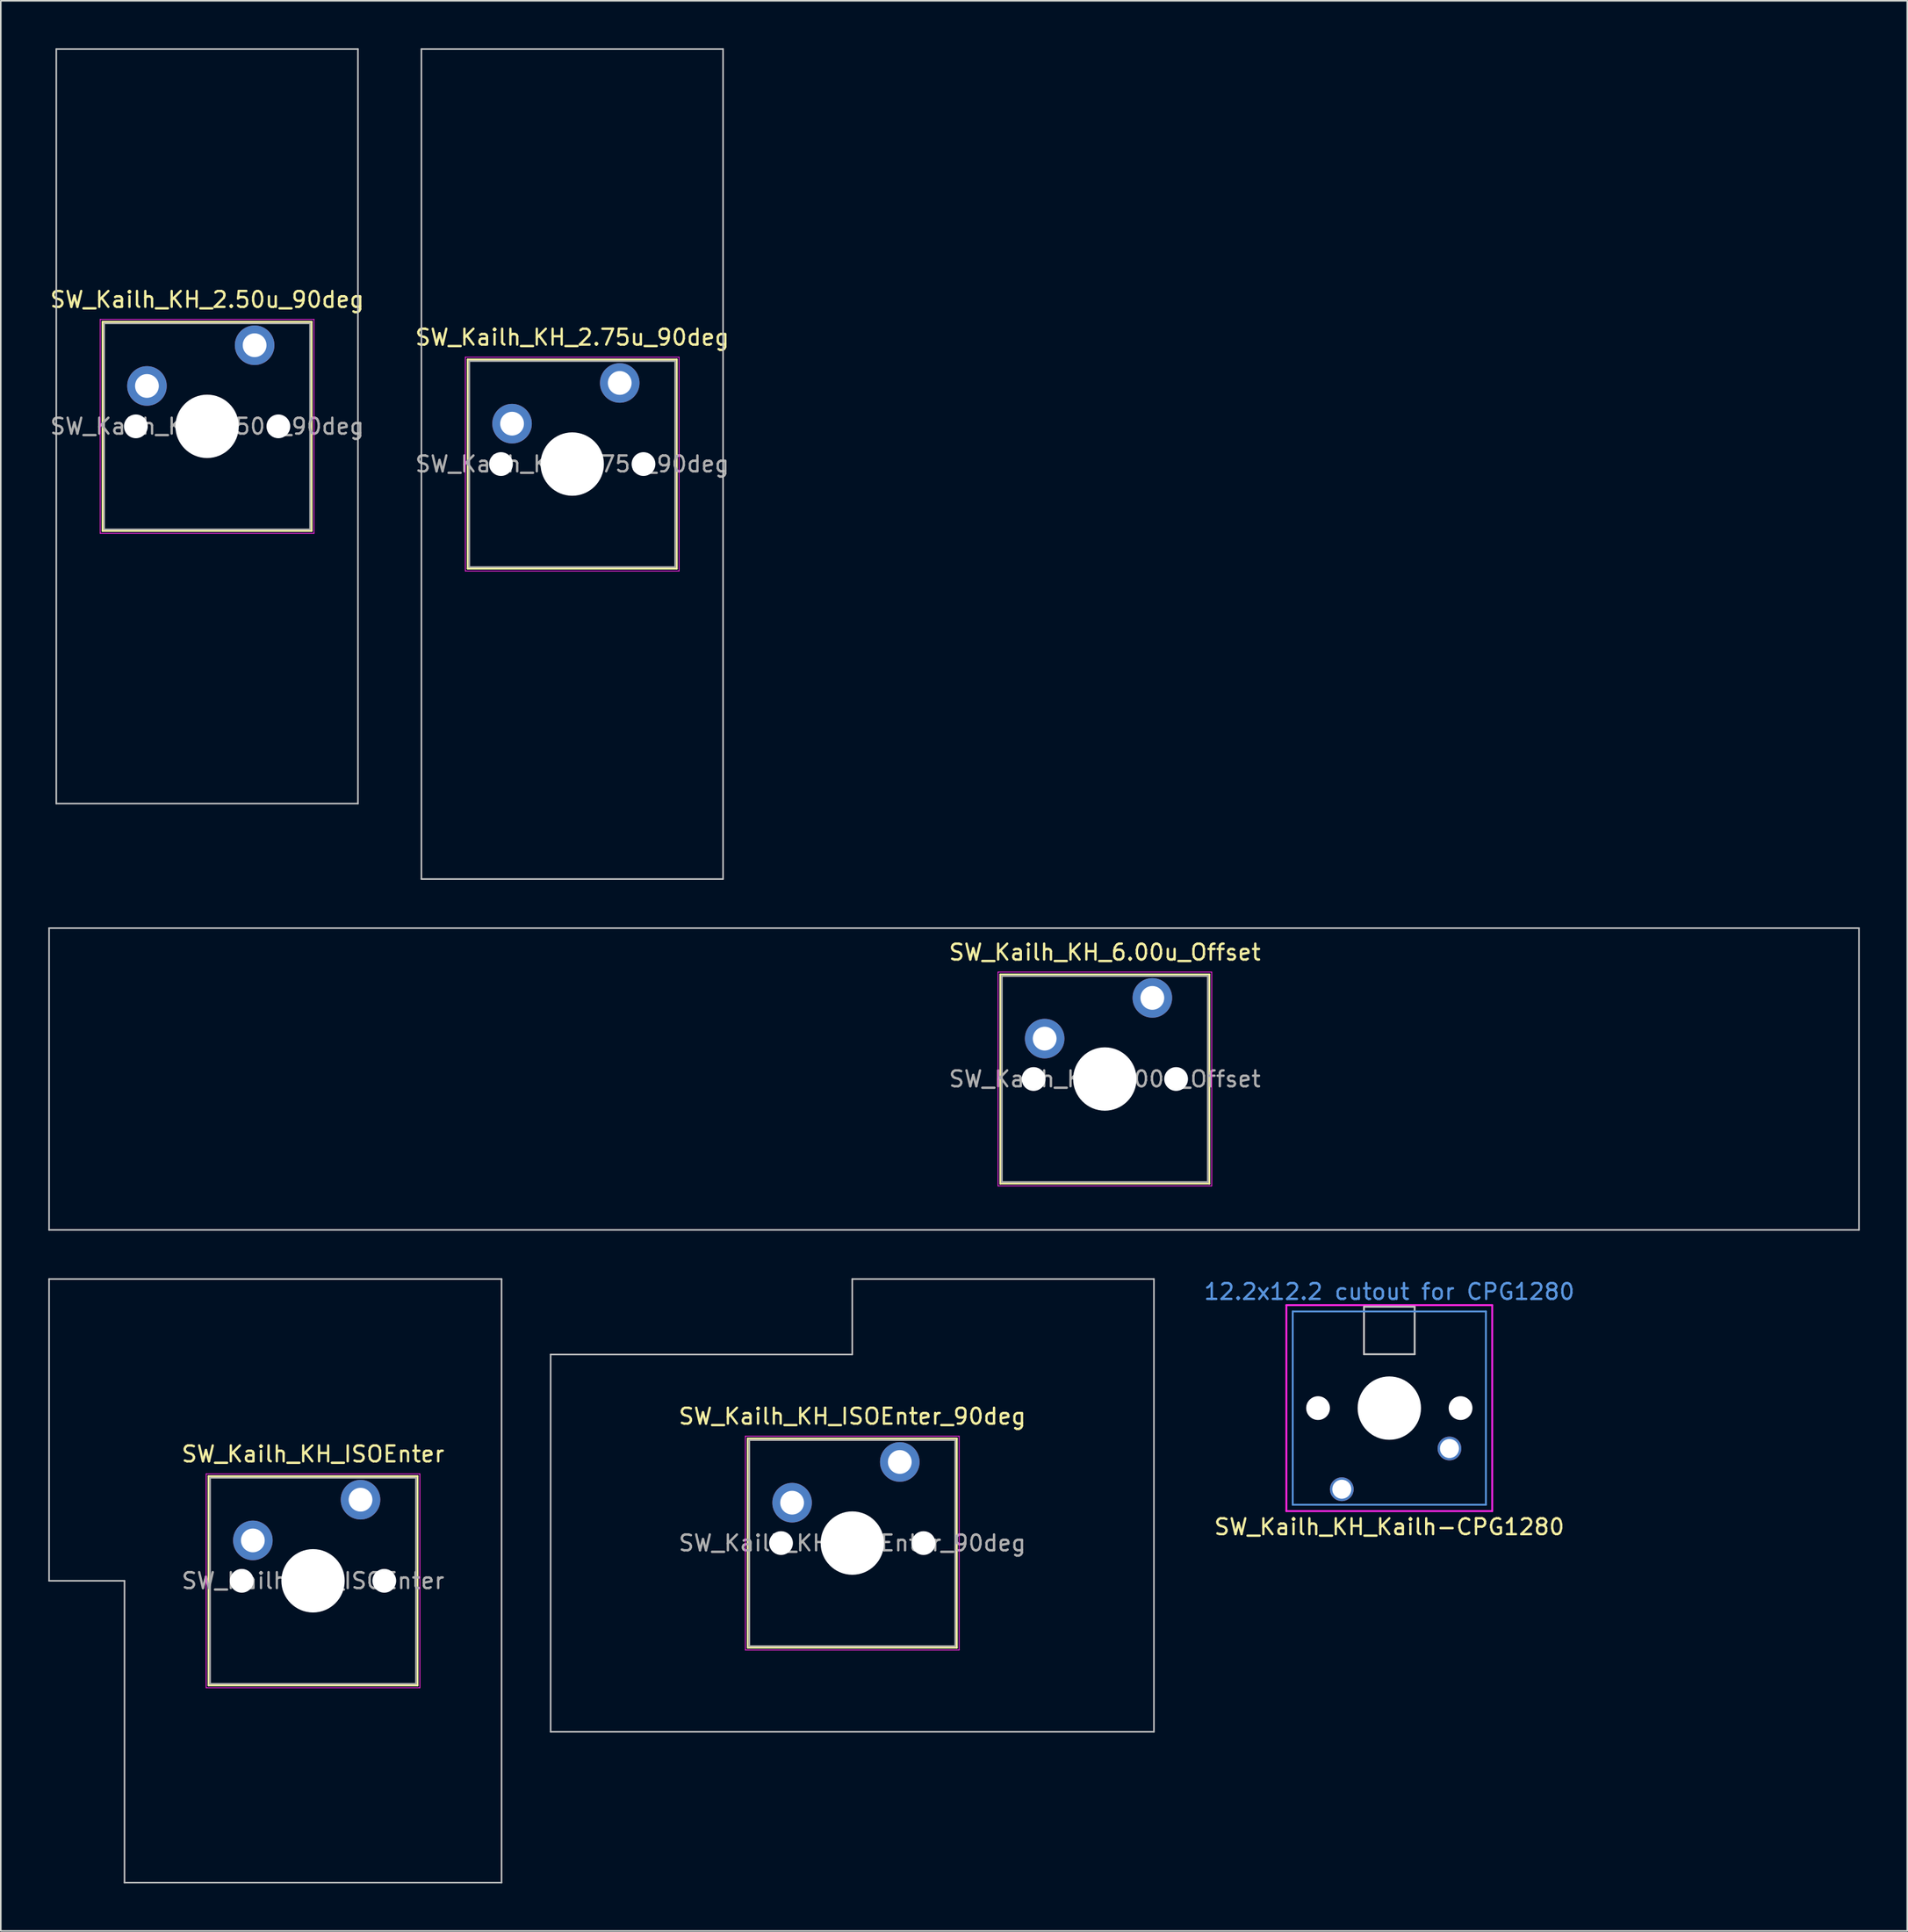
<source format=kicad_pcb>
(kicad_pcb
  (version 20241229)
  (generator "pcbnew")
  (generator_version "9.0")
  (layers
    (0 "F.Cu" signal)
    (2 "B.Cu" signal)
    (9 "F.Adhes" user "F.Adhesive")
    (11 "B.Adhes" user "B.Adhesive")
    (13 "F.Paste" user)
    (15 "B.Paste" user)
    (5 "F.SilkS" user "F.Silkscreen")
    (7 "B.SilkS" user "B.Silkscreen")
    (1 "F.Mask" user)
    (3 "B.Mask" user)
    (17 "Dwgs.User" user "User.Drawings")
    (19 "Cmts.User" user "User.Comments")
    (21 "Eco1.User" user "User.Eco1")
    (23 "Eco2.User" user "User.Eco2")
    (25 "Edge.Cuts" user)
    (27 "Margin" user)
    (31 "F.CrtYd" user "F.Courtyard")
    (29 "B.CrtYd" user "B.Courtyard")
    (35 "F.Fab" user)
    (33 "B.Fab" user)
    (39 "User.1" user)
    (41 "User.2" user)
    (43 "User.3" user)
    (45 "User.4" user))
  (footprint "SW_Kailh_KH_Kailh-CPG1280"
    (layer "F.Cu")
    (at 84.69 85.836)
    (property "Reference" "SW_Kailh_KH_Kailh-CPG1280" (at 0 7.5 0) (layer "F.SilkS") (effects (font (size 1 1) (thickness 0.15))))
    (attr smd)
    (fp_line (start -1.6 -6.4) (end 1.6 -6.4) (stroke (width 0.12) (type solid)) (layer "Dwgs.User"))
    (fp_line (start -1.6 -3.4) (end -1.6 -6.4) (stroke (width 0.12) (type solid)) (layer "Dwgs.User"))
    (fp_line (start -1.6 -3.4) (end 1.6 -3.4) (stroke (width 0.12) (type solid)) (layer "Dwgs.User"))
    (fp_line (start 1.6 -6.39) (end 1.6 -3.4) (stroke (width 0.12) (type solid)) (layer "Dwgs.User"))
    (fp_line (start -6.1 -6.1) (end 6.1 -6.1) (stroke (width 0.12) (type solid)) (layer "Cmts.User"))
    (fp_line (start -6.1 6.1) (end -6.1 -6.1) (stroke (width 0.12) (type solid)) (layer "Cmts.User"))
    (fp_line (start 6.1 -6.1) (end 6.1 6.1) (stroke (width 0.12) (type solid)) (layer "Cmts.User"))
    (fp_line (start 6.1 6.1) (end -6.1 6.1) (stroke (width 0.12) (type solid)) (layer "Cmts.User"))
    (fp_line (start -6.5 -6.5) (end -6.5 6.5) (stroke (width 0.12) (type solid)) (layer "F.CrtYd"))
    (fp_line (start -6.5 6.5) (end 6.5 6.5) (stroke (width 0.12) (type solid)) (layer "F.CrtYd"))
    (fp_line (start 6.5 -6.5) (end -6.5 -6.5) (stroke (width 0.12) (type solid)) (layer "F.CrtYd"))
    (fp_line (start 6.5 6.5) (end 6.5 -6.5) (stroke (width 0.12) (type solid)) (layer "F.CrtYd"))
    (fp_text user "12.2x12.2 cutout for CPG1280" (at 0 -7.35 0) (layer "Cmts.User") (effects (font (size 1 1) (thickness 0.15))))
    (pad "" np_thru_hole circle (at -4.5 0) (size 1.5 1.5) (drill 1.5) (layers "*.Cu" "*.Mask"))
    (pad "" np_thru_hole circle (at 0 0) (size 4 4) (drill 4) (layers "*.Cu" "*.Mask"))
    (pad "" np_thru_hole circle (at 4.5 0) (size 1.5 1.5) (drill 1.5) (layers "*.Cu" "*.Mask"))
    (pad "1" thru_hole circle (at 3.8 2.55 180) (size 1.5 1.5) (drill 1.2) (layers "*.Cu" "*.Mask"))
    (pad "2" thru_hole circle (at -3 5.12 180) (size 1.5 1.5) (drill 1.2) (layers "*.Cu" "*.Mask")))
  (footprint "SW_Kailh_KH_2.50u_90deg"
    (layer "F.Cu")
    (at 10.03 23.863)
    (property "Reference" "SW_Kailh_KH_2.50u_90deg" (at 0 -8 0) (layer "F.SilkS") (effects (font (size 1 1) (thickness 0.15))))
    (attr through_hole)
    (fp_line (start -6.6 -6.6) (end -6.6 6.6) (stroke (width 0.12) (type solid)) (layer "F.SilkS"))
    (fp_line (start -6.6 6.6) (end 6.6 6.6) (stroke (width 0.12) (type solid)) (layer "F.SilkS"))
    (fp_line (start 6.6 -6.6) (end -6.6 -6.6) (stroke (width 0.12) (type solid)) (layer "F.SilkS"))
    (fp_line (start 6.6 6.6) (end 6.6 -6.6) (stroke (width 0.12) (type solid)) (layer "F.SilkS"))
    (fp_line (start -9.525 -23.812) (end 9.525 -23.812) (stroke (width 0.1) (type solid)) (layer "Dwgs.User"))
    (fp_line (start -9.525 23.812) (end -9.525 -23.812) (stroke (width 0.1) (type solid)) (layer "Dwgs.User"))
    (fp_line (start 9.525 -23.812) (end 9.525 23.812) (stroke (width 0.1) (type solid)) (layer "Dwgs.User"))
    (fp_line (start 9.525 23.812) (end -9.525 23.812) (stroke (width 0.1) (type solid)) (layer "Dwgs.User"))
    (fp_line (start -6.1 -6.1) (end -6.1 6.1) (stroke (width 0.1) (type solid)) (layer "Eco1.User"))
    (fp_line (start -6.1 6.1) (end 6.1 6.1) (stroke (width 0.1) (type solid)) (layer "Eco1.User"))
    (fp_line (start 6.1 -6.1) (end -6.1 -6.1) (stroke (width 0.1) (type solid)) (layer "Eco1.User"))
    (fp_line (start 6.1 6.1) (end 6.1 -6.1) (stroke (width 0.1) (type solid)) (layer "Eco1.User"))
    (fp_line (start -6.75 -6.75) (end -6.75 6.75) (stroke (width 0.05) (type solid)) (layer "F.CrtYd"))
    (fp_line (start -6.75 6.75) (end 6.75 6.75) (stroke (width 0.05) (type solid)) (layer "F.CrtYd"))
    (fp_line (start 6.75 -6.75) (end -6.75 -6.75) (stroke (width 0.05) (type solid)) (layer "F.CrtYd"))
    (fp_line (start 6.75 6.75) (end 6.75 -6.75) (stroke (width 0.05) (type solid)) (layer "F.CrtYd"))
    (fp_line (start -6.5 -6.5) (end -6.5 6.5) (stroke (width 0.1) (type solid)) (layer "F.Fab"))
    (fp_line (start -6.5 6.5) (end 6.5 6.5) (stroke (width 0.1) (type solid)) (layer "F.Fab"))
    (fp_line (start 6.5 -6.5) (end -6.5 -6.5) (stroke (width 0.1) (type solid)) (layer "F.Fab"))
    (fp_line (start 6.5 6.5) (end 6.5 -6.5) (stroke (width 0.1) (type solid)) (layer "F.Fab"))
    (fp_text user "${REFERENCE}" (at 0 0 0) (layer "F.Fab") (effects (font (size 1 1) (thickness 0.15))))
    (pad "" np_thru_hole circle (at -4.5 0) (size 1.5 1.5) (drill 1.5) (layers "*.Cu" "*.Mask"))
    (pad "" np_thru_hole circle (at 0 0) (size 4 4) (drill 4) (layers "*.Cu" "*.Mask"))
    (pad "" np_thru_hole circle (at 4.5 0) (size 1.5 1.5) (drill 1.5) (layers "*.Cu" "*.Mask"))
    (pad "1" thru_hole circle (at -3.8 -2.55) (size 2.5 2.5) (drill 1.5) (layers "*.Cu" "*.Mask"))
    (pad "2" thru_hole circle (at 3 -5.12) (size 2.5 2.5) (drill 1.5) (layers "*.Cu" "*.Mask")))
  (footprint "SW_Kailh_KH_2.75u_90deg"
    (layer "F.Cu")
    (at 33.089 26.244)
    (property "Reference" "SW_Kailh_KH_2.75u_90deg" (at 0 -8 0) (layer "F.SilkS") (effects (font (size 1 1) (thickness 0.15))))
    (attr through_hole)
    (fp_line (start -6.6 -6.6) (end -6.6 6.6) (stroke (width 0.12) (type solid)) (layer "F.SilkS"))
    (fp_line (start -6.6 6.6) (end 6.6 6.6) (stroke (width 0.12) (type solid)) (layer "F.SilkS"))
    (fp_line (start 6.6 -6.6) (end -6.6 -6.6) (stroke (width 0.12) (type solid)) (layer "F.SilkS"))
    (fp_line (start 6.6 6.6) (end 6.6 -6.6) (stroke (width 0.12) (type solid)) (layer "F.SilkS"))
    (fp_line (start -9.525 -26.194) (end 9.525 -26.194) (stroke (width 0.1) (type solid)) (layer "Dwgs.User"))
    (fp_line (start -9.525 26.194) (end -9.525 -26.194) (stroke (width 0.1) (type solid)) (layer "Dwgs.User"))
    (fp_line (start 9.525 -26.194) (end 9.525 26.194) (stroke (width 0.1) (type solid)) (layer "Dwgs.User"))
    (fp_line (start 9.525 26.194) (end -9.525 26.194) (stroke (width 0.1) (type solid)) (layer "Dwgs.User"))
    (fp_line (start -6.1 -6.1) (end -6.1 6.1) (stroke (width 0.1) (type solid)) (layer "Eco1.User"))
    (fp_line (start -6.1 6.1) (end 6.1 6.1) (stroke (width 0.1) (type solid)) (layer "Eco1.User"))
    (fp_line (start 6.1 -6.1) (end -6.1 -6.1) (stroke (width 0.1) (type solid)) (layer "Eco1.User"))
    (fp_line (start 6.1 6.1) (end 6.1 -6.1) (stroke (width 0.1) (type solid)) (layer "Eco1.User"))
    (fp_line (start -6.75 -6.75) (end -6.75 6.75) (stroke (width 0.05) (type solid)) (layer "F.CrtYd"))
    (fp_line (start -6.75 6.75) (end 6.75 6.75) (stroke (width 0.05) (type solid)) (layer "F.CrtYd"))
    (fp_line (start 6.75 -6.75) (end -6.75 -6.75) (stroke (width 0.05) (type solid)) (layer "F.CrtYd"))
    (fp_line (start 6.75 6.75) (end 6.75 -6.75) (stroke (width 0.05) (type solid)) (layer "F.CrtYd"))
    (fp_line (start -6.5 -6.5) (end -6.5 6.5) (stroke (width 0.1) (type solid)) (layer "F.Fab"))
    (fp_line (start -6.5 6.5) (end 6.5 6.5) (stroke (width 0.1) (type solid)) (layer "F.Fab"))
    (fp_line (start 6.5 -6.5) (end -6.5 -6.5) (stroke (width 0.1) (type solid)) (layer "F.Fab"))
    (fp_line (start 6.5 6.5) (end 6.5 -6.5) (stroke (width 0.1) (type solid)) (layer "F.Fab"))
    (fp_text user "${REFERENCE}" (at 0 0 0) (layer "F.Fab") (effects (font (size 1 1) (thickness 0.15))))
    (pad "" np_thru_hole circle (at -4.5 0) (size 1.5 1.5) (drill 1.5) (layers "*.Cu" "*.Mask"))
    (pad "" np_thru_hole circle (at 0 0) (size 4 4) (drill 4) (layers "*.Cu" "*.Mask"))
    (pad "" np_thru_hole circle (at 4.5 0) (size 1.5 1.5) (drill 1.5) (layers "*.Cu" "*.Mask"))
    (pad "1" thru_hole circle (at -3.8 -2.55) (size 2.5 2.5) (drill 1.5) (layers "*.Cu" "*.Mask"))
    (pad "2" thru_hole circle (at 3 -5.12) (size 2.5 2.5) (drill 1.5) (layers "*.Cu" "*.Mask")))
  (footprint "SW_Kailh_KH_6.00u_Offset"
    (layer "F.Cu")
    (at 66.725 65.062)
    (property "Reference" "SW_Kailh_KH_6.00u_Offset" (at 0 -8 0) (layer "F.SilkS") (effects (font (size 1 1) (thickness 0.15))))
    (attr through_hole)
    (fp_line (start -6.6 -6.6) (end -6.6 6.6) (stroke (width 0.12) (type solid)) (layer "F.SilkS"))
    (fp_line (start -6.6 6.6) (end 6.6 6.6) (stroke (width 0.12) (type solid)) (layer "F.SilkS"))
    (fp_line (start 6.6 -6.6) (end -6.6 -6.6) (stroke (width 0.12) (type solid)) (layer "F.SilkS"))
    (fp_line (start 6.6 6.6) (end 6.6 -6.6) (stroke (width 0.12) (type solid)) (layer "F.SilkS"))
    (fp_line (start -66.675 -9.525) (end -66.675 9.525) (stroke (width 0.1) (type solid)) (layer "Dwgs.User"))
    (fp_line (start -66.675 9.525) (end 47.625 9.525) (stroke (width 0.1) (type solid)) (layer "Dwgs.User"))
    (fp_line (start 47.625 -9.525) (end -66.675 -9.525) (stroke (width 0.1) (type solid)) (layer "Dwgs.User"))
    (fp_line (start 47.625 9.525) (end 47.625 -9.525) (stroke (width 0.1) (type solid)) (layer "Dwgs.User"))
    (fp_line (start -6.1 -6.1) (end -6.1 6.1) (stroke (width 0.1) (type solid)) (layer "Eco1.User"))
    (fp_line (start -6.1 6.1) (end 6.1 6.1) (stroke (width 0.1) (type solid)) (layer "Eco1.User"))
    (fp_line (start 6.1 -6.1) (end -6.1 -6.1) (stroke (width 0.1) (type solid)) (layer "Eco1.User"))
    (fp_line (start 6.1 6.1) (end 6.1 -6.1) (stroke (width 0.1) (type solid)) (layer "Eco1.User"))
    (fp_line (start -6.75 -6.75) (end -6.75 6.75) (stroke (width 0.05) (type solid)) (layer "F.CrtYd"))
    (fp_line (start -6.75 6.75) (end 6.75 6.75) (stroke (width 0.05) (type solid)) (layer "F.CrtYd"))
    (fp_line (start 6.75 -6.75) (end -6.75 -6.75) (stroke (width 0.05) (type solid)) (layer "F.CrtYd"))
    (fp_line (start 6.75 6.75) (end 6.75 -6.75) (stroke (width 0.05) (type solid)) (layer "F.CrtYd"))
    (fp_line (start -6.5 -6.5) (end -6.5 6.5) (stroke (width 0.1) (type solid)) (layer "F.Fab"))
    (fp_line (start -6.5 6.5) (end 6.5 6.5) (stroke (width 0.1) (type solid)) (layer "F.Fab"))
    (fp_line (start 6.5 -6.5) (end -6.5 -6.5) (stroke (width 0.1) (type solid)) (layer "F.Fab"))
    (fp_line (start 6.5 6.5) (end 6.5 -6.5) (stroke (width 0.1) (type solid)) (layer "F.Fab"))
    (fp_text user "${REFERENCE}" (at 0 0 0) (layer "F.Fab") (effects (font (size 1 1) (thickness 0.15))))
    (pad "" np_thru_hole circle (at -4.5 0) (size 1.5 1.5) (drill 1.5) (layers "*.Cu" "*.Mask"))
    (pad "" np_thru_hole circle (at 0 0) (size 4 4) (drill 4) (layers "*.Cu" "*.Mask"))
    (pad "" np_thru_hole circle (at 4.5 0) (size 1.5 1.5) (drill 1.5) (layers "*.Cu" "*.Mask"))
    (pad "1" thru_hole circle (at -3.8 -2.55) (size 2.5 2.5) (drill 1.5) (layers "*.Cu" "*.Mask"))
    (pad "2" thru_hole circle (at 3 -5.12) (size 2.5 2.5) (drill 1.5) (layers "*.Cu" "*.Mask")))
  (footprint "SW_Kailh_KH_ISOEnter"
    (layer "F.Cu")
    (at 16.719 96.737)
    (property "Reference" "SW_Kailh_KH_ISOEnter" (at 0 -8 0) (layer "F.SilkS") (effects (font (size 1 1) (thickness 0.15))))
    (attr through_hole)
    (fp_line (start -6.6 -6.6) (end -6.6 6.6) (stroke (width 0.12) (type solid)) (layer "F.SilkS"))
    (fp_line (start -6.6 6.6) (end 6.6 6.6) (stroke (width 0.12) (type solid)) (layer "F.SilkS"))
    (fp_line (start 6.6 -6.6) (end -6.6 -6.6) (stroke (width 0.12) (type solid)) (layer "F.SilkS"))
    (fp_line (start 6.6 6.6) (end 6.6 -6.6) (stroke (width 0.12) (type solid)) (layer "F.SilkS"))
    (fp_line (start -16.669 -19.05) (end -16.669 0) (stroke (width 0.1) (type solid)) (layer "Dwgs.User"))
    (fp_line (start -16.669 0) (end -11.906 0) (stroke (width 0.1) (type solid)) (layer "Dwgs.User"))
    (fp_line (start -11.906 0) (end -11.906 19.05) (stroke (width 0.1) (type solid)) (layer "Dwgs.User"))
    (fp_line (start -11.906 19.05) (end 11.906 19.05) (stroke (width 0.1) (type solid)) (layer "Dwgs.User"))
    (fp_line (start 11.906 -19.05) (end -16.669 -19.05) (stroke (width 0.1) (type solid)) (layer "Dwgs.User"))
    (fp_line (start 11.906 19.05) (end 11.906 -19.05) (stroke (width 0.1) (type solid)) (layer "Dwgs.User"))
    (fp_line (start -6.1 -6.1) (end -6.1 6.1) (stroke (width 0.1) (type solid)) (layer "Eco1.User"))
    (fp_line (start -6.1 6.1) (end 6.1 6.1) (stroke (width 0.1) (type solid)) (layer "Eco1.User"))
    (fp_line (start 6.1 -6.1) (end -6.1 -6.1) (stroke (width 0.1) (type solid)) (layer "Eco1.User"))
    (fp_line (start 6.1 6.1) (end 6.1 -6.1) (stroke (width 0.1) (type solid)) (layer "Eco1.User"))
    (fp_line (start -6.75 -6.75) (end -6.75 6.75) (stroke (width 0.05) (type solid)) (layer "F.CrtYd"))
    (fp_line (start -6.75 6.75) (end 6.75 6.75) (stroke (width 0.05) (type solid)) (layer "F.CrtYd"))
    (fp_line (start 6.75 -6.75) (end -6.75 -6.75) (stroke (width 0.05) (type solid)) (layer "F.CrtYd"))
    (fp_line (start 6.75 6.75) (end 6.75 -6.75) (stroke (width 0.05) (type solid)) (layer "F.CrtYd"))
    (fp_line (start -6.5 -6.5) (end -6.5 6.5) (stroke (width 0.1) (type solid)) (layer "F.Fab"))
    (fp_line (start -6.5 6.5) (end 6.5 6.5) (stroke (width 0.1) (type solid)) (layer "F.Fab"))
    (fp_line (start 6.5 -6.5) (end -6.5 -6.5) (stroke (width 0.1) (type solid)) (layer "F.Fab"))
    (fp_line (start 6.5 6.5) (end 6.5 -6.5) (stroke (width 0.1) (type solid)) (layer "F.Fab"))
    (fp_text user "${REFERENCE}" (at 0 0 0) (layer "F.Fab") (effects (font (size 1 1) (thickness 0.15))))
    (pad "" np_thru_hole circle (at -4.5 0) (size 1.5 1.5) (drill 1.5) (layers "*.Cu" "*.Mask"))
    (pad "" np_thru_hole circle (at 0 0) (size 4 4) (drill 4) (layers "*.Cu" "*.Mask"))
    (pad "" np_thru_hole circle (at 4.5 0) (size 1.5 1.5) (drill 1.5) (layers "*.Cu" "*.Mask"))
    (pad "1" thru_hole circle (at -3.8 -2.55) (size 2.5 2.5) (drill 1.5) (layers "*.Cu" "*.Mask"))
    (pad "2" thru_hole circle (at 3 -5.12) (size 2.5 2.5) (drill 1.5) (layers "*.Cu" "*.Mask")))
  (footprint "SW_Kailh_KH_ISOEnter_90deg"
    (layer "F.Cu")
    (at 50.775 94.356)
    (property "Reference" "SW_Kailh_KH_ISOEnter_90deg" (at 0 -8 0) (layer "F.SilkS") (effects (font (size 1 1) (thickness 0.15))))
    (attr through_hole)
    (fp_line (start -6.6 -6.6) (end -6.6 6.6) (stroke (width 0.12) (type solid)) (layer "F.SilkS"))
    (fp_line (start -6.6 6.6) (end 6.6 6.6) (stroke (width 0.12) (type solid)) (layer "F.SilkS"))
    (fp_line (start 6.6 -6.6) (end -6.6 -6.6) (stroke (width 0.12) (type solid)) (layer "F.SilkS"))
    (fp_line (start 6.6 6.6) (end 6.6 -6.6) (stroke (width 0.12) (type solid)) (layer "F.SilkS"))
    (fp_line (start -19.05 -11.906) (end -19.05 11.906) (stroke (width 0.1) (type solid)) (layer "Dwgs.User"))
    (fp_line (start -19.05 11.906) (end 19.05 11.906) (stroke (width 0.1) (type solid)) (layer "Dwgs.User"))
    (fp_line (start 0 -16.669) (end 0 -11.906) (stroke (width 0.1) (type solid)) (layer "Dwgs.User"))
    (fp_line (start 0 -11.906) (end -19.05 -11.906) (stroke (width 0.1) (type solid)) (layer "Dwgs.User"))
    (fp_line (start 19.05 -16.669) (end 0 -16.669) (stroke (width 0.1) (type solid)) (layer "Dwgs.User"))
    (fp_line (start 19.05 11.906) (end 19.05 -16.669) (stroke (width 0.1) (type solid)) (layer "Dwgs.User"))
    (fp_line (start -6.1 -6.1) (end -6.1 6.1) (stroke (width 0.1) (type solid)) (layer "Eco1.User"))
    (fp_line (start -6.1 6.1) (end 6.1 6.1) (stroke (width 0.1) (type solid)) (layer "Eco1.User"))
    (fp_line (start 6.1 -6.1) (end -6.1 -6.1) (stroke (width 0.1) (type solid)) (layer "Eco1.User"))
    (fp_line (start 6.1 6.1) (end 6.1 -6.1) (stroke (width 0.1) (type solid)) (layer "Eco1.User"))
    (fp_line (start -6.75 -6.75) (end -6.75 6.75) (stroke (width 0.05) (type solid)) (layer "F.CrtYd"))
    (fp_line (start -6.75 6.75) (end 6.75 6.75) (stroke (width 0.05) (type solid)) (layer "F.CrtYd"))
    (fp_line (start 6.75 -6.75) (end -6.75 -6.75) (stroke (width 0.05) (type solid)) (layer "F.CrtYd"))
    (fp_line (start 6.75 6.75) (end 6.75 -6.75) (stroke (width 0.05) (type solid)) (layer "F.CrtYd"))
    (fp_line (start -6.5 -6.5) (end -6.5 6.5) (stroke (width 0.1) (type solid)) (layer "F.Fab"))
    (fp_line (start -6.5 6.5) (end 6.5 6.5) (stroke (width 0.1) (type solid)) (layer "F.Fab"))
    (fp_line (start 6.5 -6.5) (end -6.5 -6.5) (stroke (width 0.1) (type solid)) (layer "F.Fab"))
    (fp_line (start 6.5 6.5) (end 6.5 -6.5) (stroke (width 0.1) (type solid)) (layer "F.Fab"))
    (fp_text user "${REFERENCE}" (at 0 0 0) (layer "F.Fab") (effects (font (size 1 1) (thickness 0.15))))
    (pad "" np_thru_hole circle (at -4.5 0) (size 1.5 1.5) (drill 1.5) (layers "*.Cu" "*.Mask"))
    (pad "" np_thru_hole circle (at 0 0) (size 4 4) (drill 4) (layers "*.Cu" "*.Mask"))
    (pad "" np_thru_hole circle (at 4.5 0) (size 1.5 1.5) (drill 1.5) (layers "*.Cu" "*.Mask"))
    (pad "1" thru_hole circle (at -3.8 -2.55) (size 2.5 2.5) (drill 1.5) (layers "*.Cu" "B.Mask"))
    (pad "2" thru_hole circle (at 3 -5.12) (size 2.5 2.5) (drill 1.5) (layers "*.Cu" "B.Mask")))
  (gr_rect
    (start -3 -3)
    (end 117.4 118.838)
    (stroke (width 0.1) (type default))
    (fill no)
    (layer "Edge.Cuts")))
</source>
